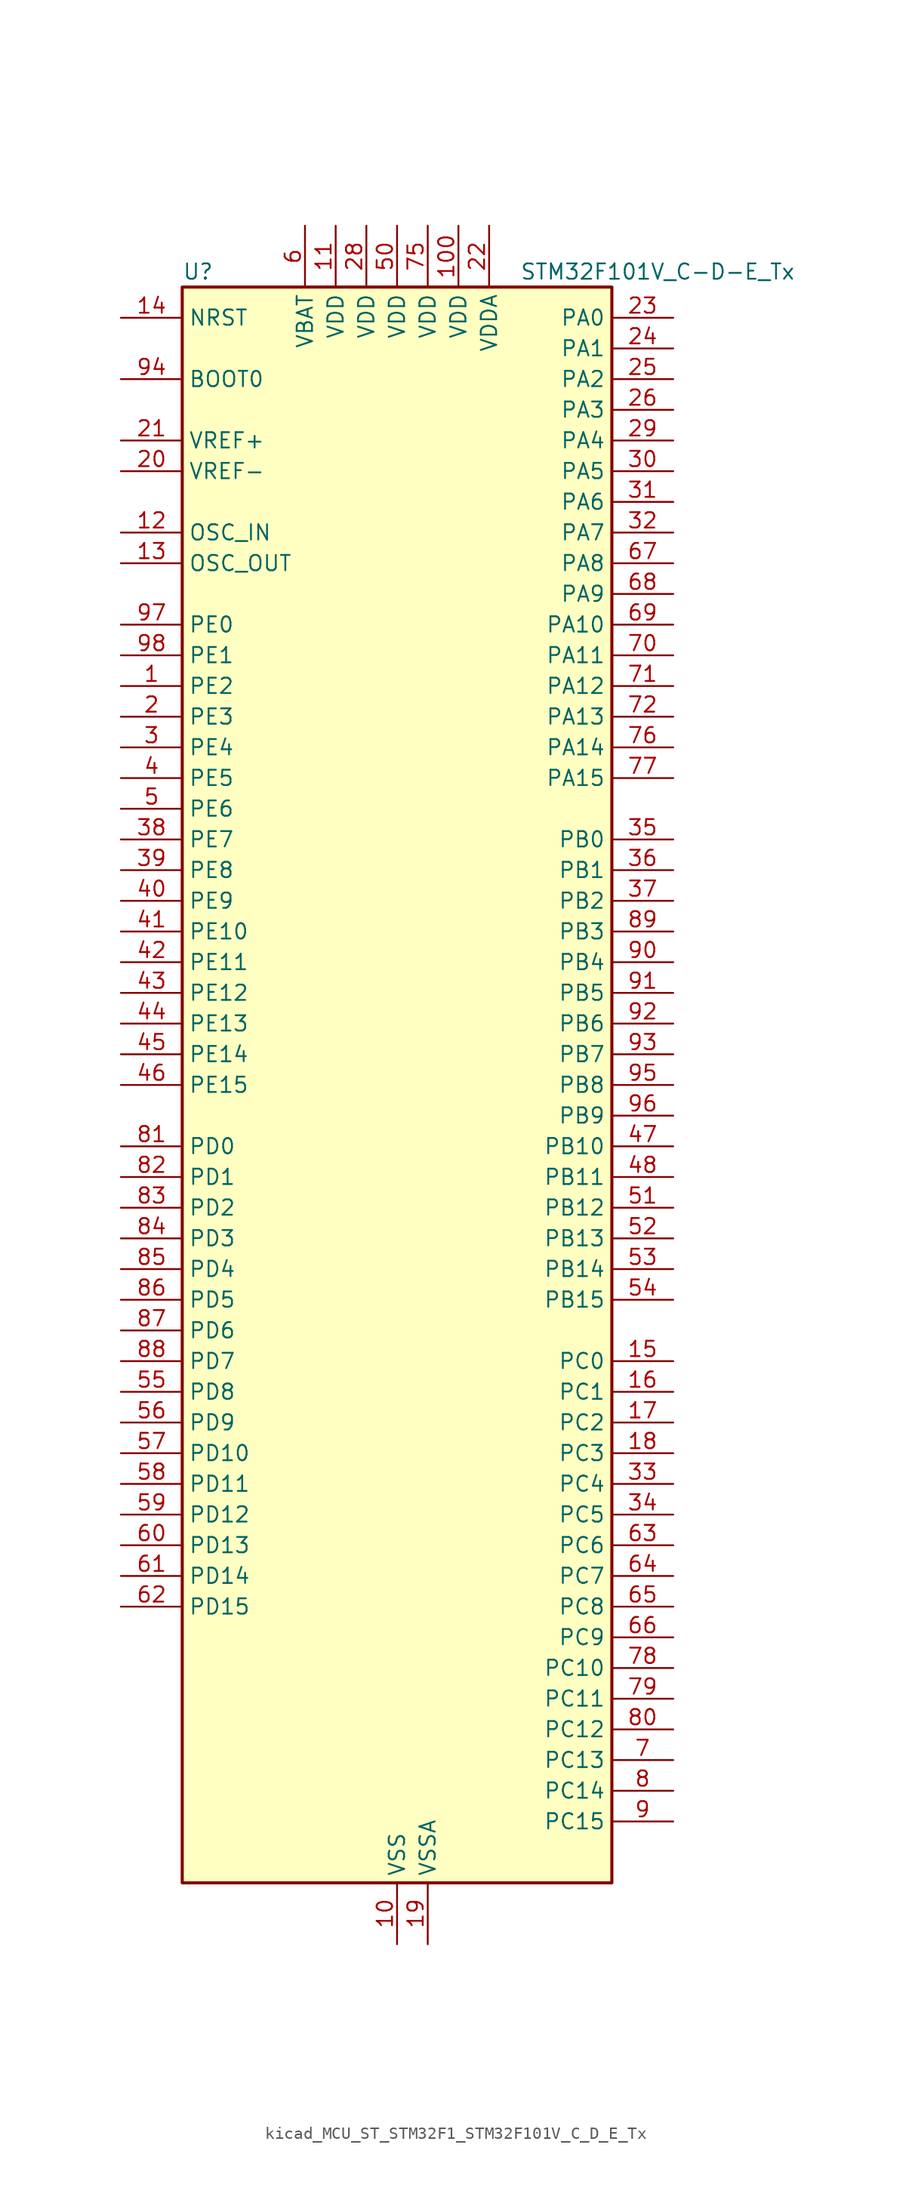
<source format=kicad_sym>
(kicad_symbol_lib
  (version 20220914)
  (generator kicad_symbol_editor)
  (symbol "kicad_MCU_ST_STM32F1_STM32F101V_C_D_E_Tx"
    (property "Reference" "U"
      (at -17.78 67.31 0)
      (effects (font (size 1.27 1.27)) (justify left)))
    (property "Value" "STM32F101V_C-D-E_Tx"
      (at 10.16 67.31 0)
      (effects (font (size 1.27 1.27)) (justify left)))
    (property "ki_locked" ""
      (at 0 0 0)
      (effects (font (size 1.27 1.27))))
    (symbol "kicad_MCU_ST_STM32F1_STM32F101V_C_D_E_Tx_0_1"
      (rectangle (start -17.78 -66.04) (end 17.78 66.04) (stroke (width 0.254) (type default)) (fill (type background))))
    (symbol "kicad_MCU_ST_STM32F1_STM32F101V_C_D_E_Tx_1_1"
      (pin bidirectional line (at -22.86 33.02 0) (length 5.08) (name "PE2" (effects (font (size 1.27 1.27)))) (number "1" (effects (font (size 1.27 1.27)))) (alternate "FSMC_A23" bidirectional line) (alternate "SYS_TRACECLK" bidirectional line))
      (pin power_in line (at 0 -71.12 90) (length 5.08) (name "VSS" (effects (font (size 1.27 1.27)))) (number "10" (effects (font (size 1.27 1.27)))))
      (pin power_in line (at 5.08 71.12 270) (length 5.08) (name "VDD" (effects (font (size 1.27 1.27)))) (number "100" (effects (font (size 1.27 1.27)))))
      (pin power_in line (at -5.08 71.12 270) (length 5.08) (name "VDD" (effects (font (size 1.27 1.27)))) (number "11" (effects (font (size 1.27 1.27)))))
      (pin input line (at -22.86 45.72 0) (length 5.08) (name "OSC_IN" (effects (font (size 1.27 1.27)))) (number "12" (effects (font (size 1.27 1.27)))) (alternate "RCC_OSC_IN" bidirectional line))
      (pin input line (at -22.86 43.18 0) (length 5.08) (name "OSC_OUT" (effects (font (size 1.27 1.27)))) (number "13" (effects (font (size 1.27 1.27)))) (alternate "RCC_OSC_OUT" bidirectional line))
      (pin input line (at -22.86 63.5 0) (length 5.08) (name "NRST" (effects (font (size 1.27 1.27)))) (number "14" (effects (font (size 1.27 1.27)))))
      (pin bidirectional line (at 22.86 -22.86 180) (length 5.08) (name "PC0" (effects (font (size 1.27 1.27)))) (number "15" (effects (font (size 1.27 1.27)))) (alternate "ADC1_IN10" bidirectional line))
      (pin bidirectional line (at 22.86 -25.4 180) (length 5.08) (name "PC1" (effects (font (size 1.27 1.27)))) (number "16" (effects (font (size 1.27 1.27)))) (alternate "ADC1_IN11" bidirectional line))
      (pin bidirectional line (at 22.86 -27.94 180) (length 5.08) (name "PC2" (effects (font (size 1.27 1.27)))) (number "17" (effects (font (size 1.27 1.27)))) (alternate "ADC1_IN12" bidirectional line))
      (pin bidirectional line (at 22.86 -30.48 180) (length 5.08) (name "PC3" (effects (font (size 1.27 1.27)))) (number "18" (effects (font (size 1.27 1.27)))) (alternate "ADC1_IN13" bidirectional line))
      (pin power_in line (at 2.54 -71.12 90) (length 5.08) (name "VSSA" (effects (font (size 1.27 1.27)))) (number "19" (effects (font (size 1.27 1.27)))))
      (pin bidirectional line (at -22.86 30.48 0) (length 5.08) (name "PE3" (effects (font (size 1.27 1.27)))) (number "2" (effects (font (size 1.27 1.27)))) (alternate "FSMC_A19" bidirectional line) (alternate "SYS_TRACED0" bidirectional line))
      (pin input line (at -22.86 50.8 0) (length 5.08) (name "VREF-" (effects (font (size 1.27 1.27)))) (number "20" (effects (font (size 1.27 1.27)))))
      (pin input line (at -22.86 53.34 0) (length 5.08) (name "VREF+" (effects (font (size 1.27 1.27)))) (number "21" (effects (font (size 1.27 1.27)))))
      (pin power_in line (at 7.62 71.12 270) (length 5.08) (name "VDDA" (effects (font (size 1.27 1.27)))) (number "22" (effects (font (size 1.27 1.27)))))
      (pin bidirectional line (at 22.86 63.5 180) (length 5.08) (name "PA0" (effects (font (size 1.27 1.27)))) (number "23" (effects (font (size 1.27 1.27)))) (alternate "ADC1_IN0" bidirectional line) (alternate "SYS_WKUP" bidirectional line) (alternate "TIM2_CH1" bidirectional line) (alternate "TIM2_ETR" bidirectional line) (alternate "TIM5_CH1" bidirectional line) (alternate "USART2_CTS" bidirectional line))
      (pin bidirectional line (at 22.86 60.96 180) (length 5.08) (name "PA1" (effects (font (size 1.27 1.27)))) (number "24" (effects (font (size 1.27 1.27)))) (alternate "ADC1_IN1" bidirectional line) (alternate "TIM2_CH2" bidirectional line) (alternate "TIM5_CH2" bidirectional line) (alternate "USART2_RTS" bidirectional line))
      (pin bidirectional line (at 22.86 58.42 180) (length 5.08) (name "PA2" (effects (font (size 1.27 1.27)))) (number "25" (effects (font (size 1.27 1.27)))) (alternate "ADC1_IN2" bidirectional line) (alternate "TIM2_CH3" bidirectional line) (alternate "TIM5_CH3" bidirectional line) (alternate "USART2_TX" bidirectional line))
      (pin bidirectional line (at 22.86 55.88 180) (length 5.08) (name "PA3" (effects (font (size 1.27 1.27)))) (number "26" (effects (font (size 1.27 1.27)))) (alternate "ADC1_IN3" bidirectional line) (alternate "TIM2_CH4" bidirectional line) (alternate "TIM5_CH4" bidirectional line) (alternate "USART2_RX" bidirectional line))
      (pin passive line (at 0 -71.12 90) (length 5.08) hide (name "VSS" (effects (font (size 1.27 1.27)))) (number "27" (effects (font (size 1.27 1.27)))))
      (pin power_in line (at -2.54 71.12 270) (length 5.08) (name "VDD" (effects (font (size 1.27 1.27)))) (number "28" (effects (font (size 1.27 1.27)))))
      (pin bidirectional line (at 22.86 53.34 180) (length 5.08) (name "PA4" (effects (font (size 1.27 1.27)))) (number "29" (effects (font (size 1.27 1.27)))) (alternate "ADC1_IN4" bidirectional line) (alternate "DAC_OUT1" bidirectional line) (alternate "SPI1_NSS" bidirectional line) (alternate "USART2_CK" bidirectional line))
      (pin bidirectional line (at -22.86 27.94 0) (length 5.08) (name "PE4" (effects (font (size 1.27 1.27)))) (number "3" (effects (font (size 1.27 1.27)))) (alternate "FSMC_A20" bidirectional line) (alternate "SYS_TRACED1" bidirectional line))
      (pin bidirectional line (at 22.86 50.8 180) (length 5.08) (name "PA5" (effects (font (size 1.27 1.27)))) (number "30" (effects (font (size 1.27 1.27)))) (alternate "ADC1_IN5" bidirectional line) (alternate "DAC_OUT2" bidirectional line) (alternate "SPI1_SCK" bidirectional line))
      (pin bidirectional line (at 22.86 48.26 180) (length 5.08) (name "PA6" (effects (font (size 1.27 1.27)))) (number "31" (effects (font (size 1.27 1.27)))) (alternate "ADC1_IN6" bidirectional line) (alternate "SPI1_MISO" bidirectional line) (alternate "TIM3_CH1" bidirectional line))
      (pin bidirectional line (at 22.86 45.72 180) (length 5.08) (name "PA7" (effects (font (size 1.27 1.27)))) (number "32" (effects (font (size 1.27 1.27)))) (alternate "ADC1_IN7" bidirectional line) (alternate "SPI1_MOSI" bidirectional line) (alternate "TIM3_CH2" bidirectional line))
      (pin bidirectional line (at 22.86 -33.02 180) (length 5.08) (name "PC4" (effects (font (size 1.27 1.27)))) (number "33" (effects (font (size 1.27 1.27)))) (alternate "ADC1_IN14" bidirectional line))
      (pin bidirectional line (at 22.86 -35.56 180) (length 5.08) (name "PC5" (effects (font (size 1.27 1.27)))) (number "34" (effects (font (size 1.27 1.27)))) (alternate "ADC1_IN15" bidirectional line))
      (pin bidirectional line (at 22.86 20.32 180) (length 5.08) (name "PB0" (effects (font (size 1.27 1.27)))) (number "35" (effects (font (size 1.27 1.27)))) (alternate "ADC1_IN8" bidirectional line) (alternate "TIM3_CH3" bidirectional line))
      (pin bidirectional line (at 22.86 17.78 180) (length 5.08) (name "PB1" (effects (font (size 1.27 1.27)))) (number "36" (effects (font (size 1.27 1.27)))) (alternate "ADC1_IN9" bidirectional line) (alternate "TIM3_CH4" bidirectional line))
      (pin bidirectional line (at 22.86 15.24 180) (length 5.08) (name "PB2" (effects (font (size 1.27 1.27)))) (number "37" (effects (font (size 1.27 1.27)))))
      (pin bidirectional line (at -22.86 20.32 0) (length 5.08) (name "PE7" (effects (font (size 1.27 1.27)))) (number "38" (effects (font (size 1.27 1.27)))) (alternate "FSMC_D4" bidirectional line) (alternate "FSMC_DA4" bidirectional line))
      (pin bidirectional line (at -22.86 17.78 0) (length 5.08) (name "PE8" (effects (font (size 1.27 1.27)))) (number "39" (effects (font (size 1.27 1.27)))) (alternate "FSMC_D5" bidirectional line) (alternate "FSMC_DA5" bidirectional line))
      (pin bidirectional line (at -22.86 25.4 0) (length 5.08) (name "PE5" (effects (font (size 1.27 1.27)))) (number "4" (effects (font (size 1.27 1.27)))) (alternate "FSMC_A21" bidirectional line) (alternate "SYS_TRACED2" bidirectional line))
      (pin bidirectional line (at -22.86 15.24 0) (length 5.08) (name "PE9" (effects (font (size 1.27 1.27)))) (number "40" (effects (font (size 1.27 1.27)))) (alternate "DAC_EXTI9" bidirectional line) (alternate "FSMC_D6" bidirectional line) (alternate "FSMC_DA6" bidirectional line))
      (pin bidirectional line (at -22.86 12.7 0) (length 5.08) (name "PE10" (effects (font (size 1.27 1.27)))) (number "41" (effects (font (size 1.27 1.27)))) (alternate "FSMC_D7" bidirectional line) (alternate "FSMC_DA7" bidirectional line))
      (pin bidirectional line (at -22.86 10.16 0) (length 5.08) (name "PE11" (effects (font (size 1.27 1.27)))) (number "42" (effects (font (size 1.27 1.27)))) (alternate "ADC1_EXTI11" bidirectional line) (alternate "FSMC_D8" bidirectional line) (alternate "FSMC_DA8" bidirectional line))
      (pin bidirectional line (at -22.86 7.62 0) (length 5.08) (name "PE12" (effects (font (size 1.27 1.27)))) (number "43" (effects (font (size 1.27 1.27)))) (alternate "FSMC_D9" bidirectional line) (alternate "FSMC_DA9" bidirectional line))
      (pin bidirectional line (at -22.86 5.08 0) (length 5.08) (name "PE13" (effects (font (size 1.27 1.27)))) (number "44" (effects (font (size 1.27 1.27)))) (alternate "FSMC_D10" bidirectional line) (alternate "FSMC_DA10" bidirectional line))
      (pin bidirectional line (at -22.86 2.54 0) (length 5.08) (name "PE14" (effects (font (size 1.27 1.27)))) (number "45" (effects (font (size 1.27 1.27)))) (alternate "FSMC_D11" bidirectional line) (alternate "FSMC_DA11" bidirectional line))
      (pin bidirectional line (at -22.86 0 0) (length 5.08) (name "PE15" (effects (font (size 1.27 1.27)))) (number "46" (effects (font (size 1.27 1.27)))) (alternate "ADC1_EXTI15" bidirectional line) (alternate "FSMC_D12" bidirectional line) (alternate "FSMC_DA12" bidirectional line))
      (pin bidirectional line (at 22.86 -5.08 180) (length 5.08) (name "PB10" (effects (font (size 1.27 1.27)))) (number "47" (effects (font (size 1.27 1.27)))) (alternate "I2C2_SCL" bidirectional line) (alternate "TIM2_CH3" bidirectional line) (alternate "USART3_TX" bidirectional line))
      (pin bidirectional line (at 22.86 -7.62 180) (length 5.08) (name "PB11" (effects (font (size 1.27 1.27)))) (number "48" (effects (font (size 1.27 1.27)))) (alternate "ADC1_EXTI11" bidirectional line) (alternate "I2C2_SDA" bidirectional line) (alternate "TIM2_CH4" bidirectional line) (alternate "USART3_RX" bidirectional line))
      (pin passive line (at 0 -71.12 90) (length 5.08) hide (name "VSS" (effects (font (size 1.27 1.27)))) (number "49" (effects (font (size 1.27 1.27)))))
      (pin bidirectional line (at -22.86 22.86 0) (length 5.08) (name "PE6" (effects (font (size 1.27 1.27)))) (number "5" (effects (font (size 1.27 1.27)))) (alternate "FSMC_A22" bidirectional line) (alternate "SYS_TRACED3" bidirectional line))
      (pin power_in line (at 0 71.12 270) (length 5.08) (name "VDD" (effects (font (size 1.27 1.27)))) (number "50" (effects (font (size 1.27 1.27)))))
      (pin bidirectional line (at 22.86 -10.16 180) (length 5.08) (name "PB12" (effects (font (size 1.27 1.27)))) (number "51" (effects (font (size 1.27 1.27)))) (alternate "I2C2_SMBA" bidirectional line) (alternate "SPI2_NSS" bidirectional line) (alternate "USART3_CK" bidirectional line))
      (pin bidirectional line (at 22.86 -12.7 180) (length 5.08) (name "PB13" (effects (font (size 1.27 1.27)))) (number "52" (effects (font (size 1.27 1.27)))) (alternate "SPI2_SCK" bidirectional line) (alternate "USART3_CTS" bidirectional line))
      (pin bidirectional line (at 22.86 -15.24 180) (length 5.08) (name "PB14" (effects (font (size 1.27 1.27)))) (number "53" (effects (font (size 1.27 1.27)))) (alternate "SPI2_MISO" bidirectional line) (alternate "USART3_RTS" bidirectional line))
      (pin bidirectional line (at 22.86 -17.78 180) (length 5.08) (name "PB15" (effects (font (size 1.27 1.27)))) (number "54" (effects (font (size 1.27 1.27)))) (alternate "ADC1_EXTI15" bidirectional line) (alternate "SPI2_MOSI" bidirectional line))
      (pin bidirectional line (at -22.86 -25.4 0) (length 5.08) (name "PD8" (effects (font (size 1.27 1.27)))) (number "55" (effects (font (size 1.27 1.27)))) (alternate "FSMC_D13" bidirectional line) (alternate "FSMC_DA13" bidirectional line) (alternate "USART3_TX" bidirectional line))
      (pin bidirectional line (at -22.86 -27.94 0) (length 5.08) (name "PD9" (effects (font (size 1.27 1.27)))) (number "56" (effects (font (size 1.27 1.27)))) (alternate "DAC_EXTI9" bidirectional line) (alternate "FSMC_D14" bidirectional line) (alternate "FSMC_DA14" bidirectional line) (alternate "USART3_RX" bidirectional line))
      (pin bidirectional line (at -22.86 -30.48 0) (length 5.08) (name "PD10" (effects (font (size 1.27 1.27)))) (number "57" (effects (font (size 1.27 1.27)))) (alternate "FSMC_D15" bidirectional line) (alternate "FSMC_DA15" bidirectional line) (alternate "USART3_CK" bidirectional line))
      (pin bidirectional line (at -22.86 -33.02 0) (length 5.08) (name "PD11" (effects (font (size 1.27 1.27)))) (number "58" (effects (font (size 1.27 1.27)))) (alternate "ADC1_EXTI11" bidirectional line) (alternate "FSMC_A16" bidirectional line) (alternate "FSMC_CLE" bidirectional line) (alternate "USART3_CTS" bidirectional line))
      (pin bidirectional line (at -22.86 -35.56 0) (length 5.08) (name "PD12" (effects (font (size 1.27 1.27)))) (number "59" (effects (font (size 1.27 1.27)))) (alternate "FSMC_A17" bidirectional line) (alternate "FSMC_ALE" bidirectional line) (alternate "TIM4_CH1" bidirectional line) (alternate "USART3_RTS" bidirectional line))
      (pin power_in line (at -7.62 71.12 270) (length 5.08) (name "VBAT" (effects (font (size 1.27 1.27)))) (number "6" (effects (font (size 1.27 1.27)))))
      (pin bidirectional line (at -22.86 -38.1 0) (length 5.08) (name "PD13" (effects (font (size 1.27 1.27)))) (number "60" (effects (font (size 1.27 1.27)))) (alternate "FSMC_A18" bidirectional line) (alternate "TIM4_CH2" bidirectional line))
      (pin bidirectional line (at -22.86 -40.64 0) (length 5.08) (name "PD14" (effects (font (size 1.27 1.27)))) (number "61" (effects (font (size 1.27 1.27)))) (alternate "FSMC_D0" bidirectional line) (alternate "FSMC_DA0" bidirectional line) (alternate "TIM4_CH3" bidirectional line))
      (pin bidirectional line (at -22.86 -43.18 0) (length 5.08) (name "PD15" (effects (font (size 1.27 1.27)))) (number "62" (effects (font (size 1.27 1.27)))) (alternate "ADC1_EXTI15" bidirectional line) (alternate "FSMC_D1" bidirectional line) (alternate "FSMC_DA1" bidirectional line) (alternate "TIM4_CH4" bidirectional line))
      (pin bidirectional line (at 22.86 -38.1 180) (length 5.08) (name "PC6" (effects (font (size 1.27 1.27)))) (number "63" (effects (font (size 1.27 1.27)))) (alternate "TIM3_CH1" bidirectional line))
      (pin bidirectional line (at 22.86 -40.64 180) (length 5.08) (name "PC7" (effects (font (size 1.27 1.27)))) (number "64" (effects (font (size 1.27 1.27)))) (alternate "TIM3_CH2" bidirectional line))
      (pin bidirectional line (at 22.86 -43.18 180) (length 5.08) (name "PC8" (effects (font (size 1.27 1.27)))) (number "65" (effects (font (size 1.27 1.27)))) (alternate "TIM3_CH3" bidirectional line))
      (pin bidirectional line (at 22.86 -45.72 180) (length 5.08) (name "PC9" (effects (font (size 1.27 1.27)))) (number "66" (effects (font (size 1.27 1.27)))) (alternate "DAC_EXTI9" bidirectional line) (alternate "TIM3_CH4" bidirectional line))
      (pin bidirectional line (at 22.86 43.18 180) (length 5.08) (name "PA8" (effects (font (size 1.27 1.27)))) (number "67" (effects (font (size 1.27 1.27)))) (alternate "RCC_MCO" bidirectional line) (alternate "USART1_CK" bidirectional line))
      (pin bidirectional line (at 22.86 40.64 180) (length 5.08) (name "PA9" (effects (font (size 1.27 1.27)))) (number "68" (effects (font (size 1.27 1.27)))) (alternate "DAC_EXTI9" bidirectional line) (alternate "USART1_TX" bidirectional line))
      (pin bidirectional line (at 22.86 38.1 180) (length 5.08) (name "PA10" (effects (font (size 1.27 1.27)))) (number "69" (effects (font (size 1.27 1.27)))) (alternate "USART1_RX" bidirectional line))
      (pin bidirectional line (at 22.86 -55.88 180) (length 5.08) (name "PC13" (effects (font (size 1.27 1.27)))) (number "7" (effects (font (size 1.27 1.27)))) (alternate "RTC_OUT" bidirectional line) (alternate "RTC_TAMPER" bidirectional line))
      (pin bidirectional line (at 22.86 35.56 180) (length 5.08) (name "PA11" (effects (font (size 1.27 1.27)))) (number "70" (effects (font (size 1.27 1.27)))) (alternate "ADC1_EXTI11" bidirectional line) (alternate "USART1_CTS" bidirectional line))
      (pin bidirectional line (at 22.86 33.02 180) (length 5.08) (name "PA12" (effects (font (size 1.27 1.27)))) (number "71" (effects (font (size 1.27 1.27)))) (alternate "USART1_RTS" bidirectional line))
      (pin bidirectional line (at 22.86 30.48 180) (length 5.08) (name "PA13" (effects (font (size 1.27 1.27)))) (number "72" (effects (font (size 1.27 1.27)))) (alternate "SYS_JTMS-SWDIO" bidirectional line))
      (pin no_connect line (at -17.78 -66.04 0) (length 5.08) hide (name "NC" (effects (font (size 1.27 1.27)))) (number "73" (effects (font (size 1.27 1.27)))))
      (pin passive line (at 0 -71.12 90) (length 5.08) hide (name "VSS" (effects (font (size 1.27 1.27)))) (number "74" (effects (font (size 1.27 1.27)))))
      (pin power_in line (at 2.54 71.12 270) (length 5.08) (name "VDD" (effects (font (size 1.27 1.27)))) (number "75" (effects (font (size 1.27 1.27)))))
      (pin bidirectional line (at 22.86 27.94 180) (length 5.08) (name "PA14" (effects (font (size 1.27 1.27)))) (number "76" (effects (font (size 1.27 1.27)))) (alternate "SYS_JTCK-SWCLK" bidirectional line))
      (pin bidirectional line (at 22.86 25.4 180) (length 5.08) (name "PA15" (effects (font (size 1.27 1.27)))) (number "77" (effects (font (size 1.27 1.27)))) (alternate "ADC1_EXTI15" bidirectional line) (alternate "SPI1_NSS" bidirectional line) (alternate "SPI3_NSS" bidirectional line) (alternate "SYS_JTDI" bidirectional line) (alternate "TIM2_CH1" bidirectional line) (alternate "TIM2_ETR" bidirectional line))
      (pin bidirectional line (at 22.86 -48.26 180) (length 5.08) (name "PC10" (effects (font (size 1.27 1.27)))) (number "78" (effects (font (size 1.27 1.27)))) (alternate "UART4_TX" bidirectional line) (alternate "USART3_TX" bidirectional line))
      (pin bidirectional line (at 22.86 -50.8 180) (length 5.08) (name "PC11" (effects (font (size 1.27 1.27)))) (number "79" (effects (font (size 1.27 1.27)))) (alternate "ADC1_EXTI11" bidirectional line) (alternate "UART4_RX" bidirectional line) (alternate "USART3_RX" bidirectional line))
      (pin bidirectional line (at 22.86 -58.42 180) (length 5.08) (name "PC14" (effects (font (size 1.27 1.27)))) (number "8" (effects (font (size 1.27 1.27)))) (alternate "RCC_OSC32_IN" bidirectional line))
      (pin bidirectional line (at 22.86 -53.34 180) (length 5.08) (name "PC12" (effects (font (size 1.27 1.27)))) (number "80" (effects (font (size 1.27 1.27)))) (alternate "UART5_TX" bidirectional line) (alternate "USART3_CK" bidirectional line))
      (pin bidirectional line (at -22.86 -5.08 0) (length 5.08) (name "PD0" (effects (font (size 1.27 1.27)))) (number "81" (effects (font (size 1.27 1.27)))) (alternate "FSMC_D2" bidirectional line) (alternate "FSMC_DA2" bidirectional line))
      (pin bidirectional line (at -22.86 -7.62 0) (length 5.08) (name "PD1" (effects (font (size 1.27 1.27)))) (number "82" (effects (font (size 1.27 1.27)))) (alternate "FSMC_D3" bidirectional line) (alternate "FSMC_DA3" bidirectional line))
      (pin bidirectional line (at -22.86 -10.16 0) (length 5.08) (name "PD2" (effects (font (size 1.27 1.27)))) (number "83" (effects (font (size 1.27 1.27)))) (alternate "TIM3_ETR" bidirectional line) (alternate "UART5_RX" bidirectional line))
      (pin bidirectional line (at -22.86 -12.7 0) (length 5.08) (name "PD3" (effects (font (size 1.27 1.27)))) (number "84" (effects (font (size 1.27 1.27)))) (alternate "FSMC_CLK" bidirectional line) (alternate "USART2_CTS" bidirectional line))
      (pin bidirectional line (at -22.86 -15.24 0) (length 5.08) (name "PD4" (effects (font (size 1.27 1.27)))) (number "85" (effects (font (size 1.27 1.27)))) (alternate "FSMC_NOE" bidirectional line) (alternate "USART2_RTS" bidirectional line))
      (pin bidirectional line (at -22.86 -17.78 0) (length 5.08) (name "PD5" (effects (font (size 1.27 1.27)))) (number "86" (effects (font (size 1.27 1.27)))) (alternate "FSMC_NWE" bidirectional line) (alternate "USART2_TX" bidirectional line))
      (pin bidirectional line (at -22.86 -20.32 0) (length 5.08) (name "PD6" (effects (font (size 1.27 1.27)))) (number "87" (effects (font (size 1.27 1.27)))) (alternate "FSMC_NWAIT" bidirectional line) (alternate "USART2_RX" bidirectional line))
      (pin bidirectional line (at -22.86 -22.86 0) (length 5.08) (name "PD7" (effects (font (size 1.27 1.27)))) (number "88" (effects (font (size 1.27 1.27)))) (alternate "FSMC_NCE2" bidirectional line) (alternate "FSMC_NE1" bidirectional line) (alternate "USART2_CK" bidirectional line))
      (pin bidirectional line (at 22.86 12.7 180) (length 5.08) (name "PB3" (effects (font (size 1.27 1.27)))) (number "89" (effects (font (size 1.27 1.27)))) (alternate "SPI1_SCK" bidirectional line) (alternate "SPI3_SCK" bidirectional line) (alternate "SYS_JTDO-TRACESWO" bidirectional line) (alternate "TIM2_CH2" bidirectional line))
      (pin bidirectional line (at 22.86 -60.96 180) (length 5.08) (name "PC15" (effects (font (size 1.27 1.27)))) (number "9" (effects (font (size 1.27 1.27)))) (alternate "ADC1_EXTI15" bidirectional line) (alternate "RCC_OSC32_OUT" bidirectional line))
      (pin bidirectional line (at 22.86 10.16 180) (length 5.08) (name "PB4" (effects (font (size 1.27 1.27)))) (number "90" (effects (font (size 1.27 1.27)))) (alternate "SPI1_MISO" bidirectional line) (alternate "SPI3_MISO" bidirectional line) (alternate "SYS_NJTRST" bidirectional line) (alternate "TIM3_CH1" bidirectional line))
      (pin bidirectional line (at 22.86 7.62 180) (length 5.08) (name "PB5" (effects (font (size 1.27 1.27)))) (number "91" (effects (font (size 1.27 1.27)))) (alternate "I2C1_SMBA" bidirectional line) (alternate "SPI1_MOSI" bidirectional line) (alternate "SPI3_MOSI" bidirectional line) (alternate "TIM3_CH2" bidirectional line))
      (pin bidirectional line (at 22.86 5.08 180) (length 5.08) (name "PB6" (effects (font (size 1.27 1.27)))) (number "92" (effects (font (size 1.27 1.27)))) (alternate "I2C1_SCL" bidirectional line) (alternate "TIM4_CH1" bidirectional line) (alternate "USART1_TX" bidirectional line))
      (pin bidirectional line (at 22.86 2.54 180) (length 5.08) (name "PB7" (effects (font (size 1.27 1.27)))) (number "93" (effects (font (size 1.27 1.27)))) (alternate "FSMC_NL" bidirectional line) (alternate "I2C1_SDA" bidirectional line) (alternate "TIM4_CH2" bidirectional line) (alternate "USART1_RX" bidirectional line))
      (pin input line (at -22.86 58.42 0) (length 5.08) (name "BOOT0" (effects (font (size 1.27 1.27)))) (number "94" (effects (font (size 1.27 1.27)))))
      (pin bidirectional line (at 22.86 0 180) (length 5.08) (name "PB8" (effects (font (size 1.27 1.27)))) (number "95" (effects (font (size 1.27 1.27)))) (alternate "I2C1_SCL" bidirectional line) (alternate "TIM4_CH3" bidirectional line))
      (pin bidirectional line (at 22.86 -2.54 180) (length 5.08) (name "PB9" (effects (font (size 1.27 1.27)))) (number "96" (effects (font (size 1.27 1.27)))) (alternate "DAC_EXTI9" bidirectional line) (alternate "I2C1_SDA" bidirectional line) (alternate "TIM4_CH4" bidirectional line))
      (pin bidirectional line (at -22.86 38.1 0) (length 5.08) (name "PE0" (effects (font (size 1.27 1.27)))) (number "97" (effects (font (size 1.27 1.27)))) (alternate "FSMC_NBL0" bidirectional line) (alternate "TIM4_ETR" bidirectional line))
      (pin bidirectional line (at -22.86 35.56 0) (length 5.08) (name "PE1" (effects (font (size 1.27 1.27)))) (number "98" (effects (font (size 1.27 1.27)))) (alternate "FSMC_NBL1" bidirectional line))
      (pin passive line (at 0 -71.12 90) (length 5.08) hide (name "VSS" (effects (font (size 1.27 1.27)))) (number "99" (effects (font (size 1.27 1.27))))))))
</source>
